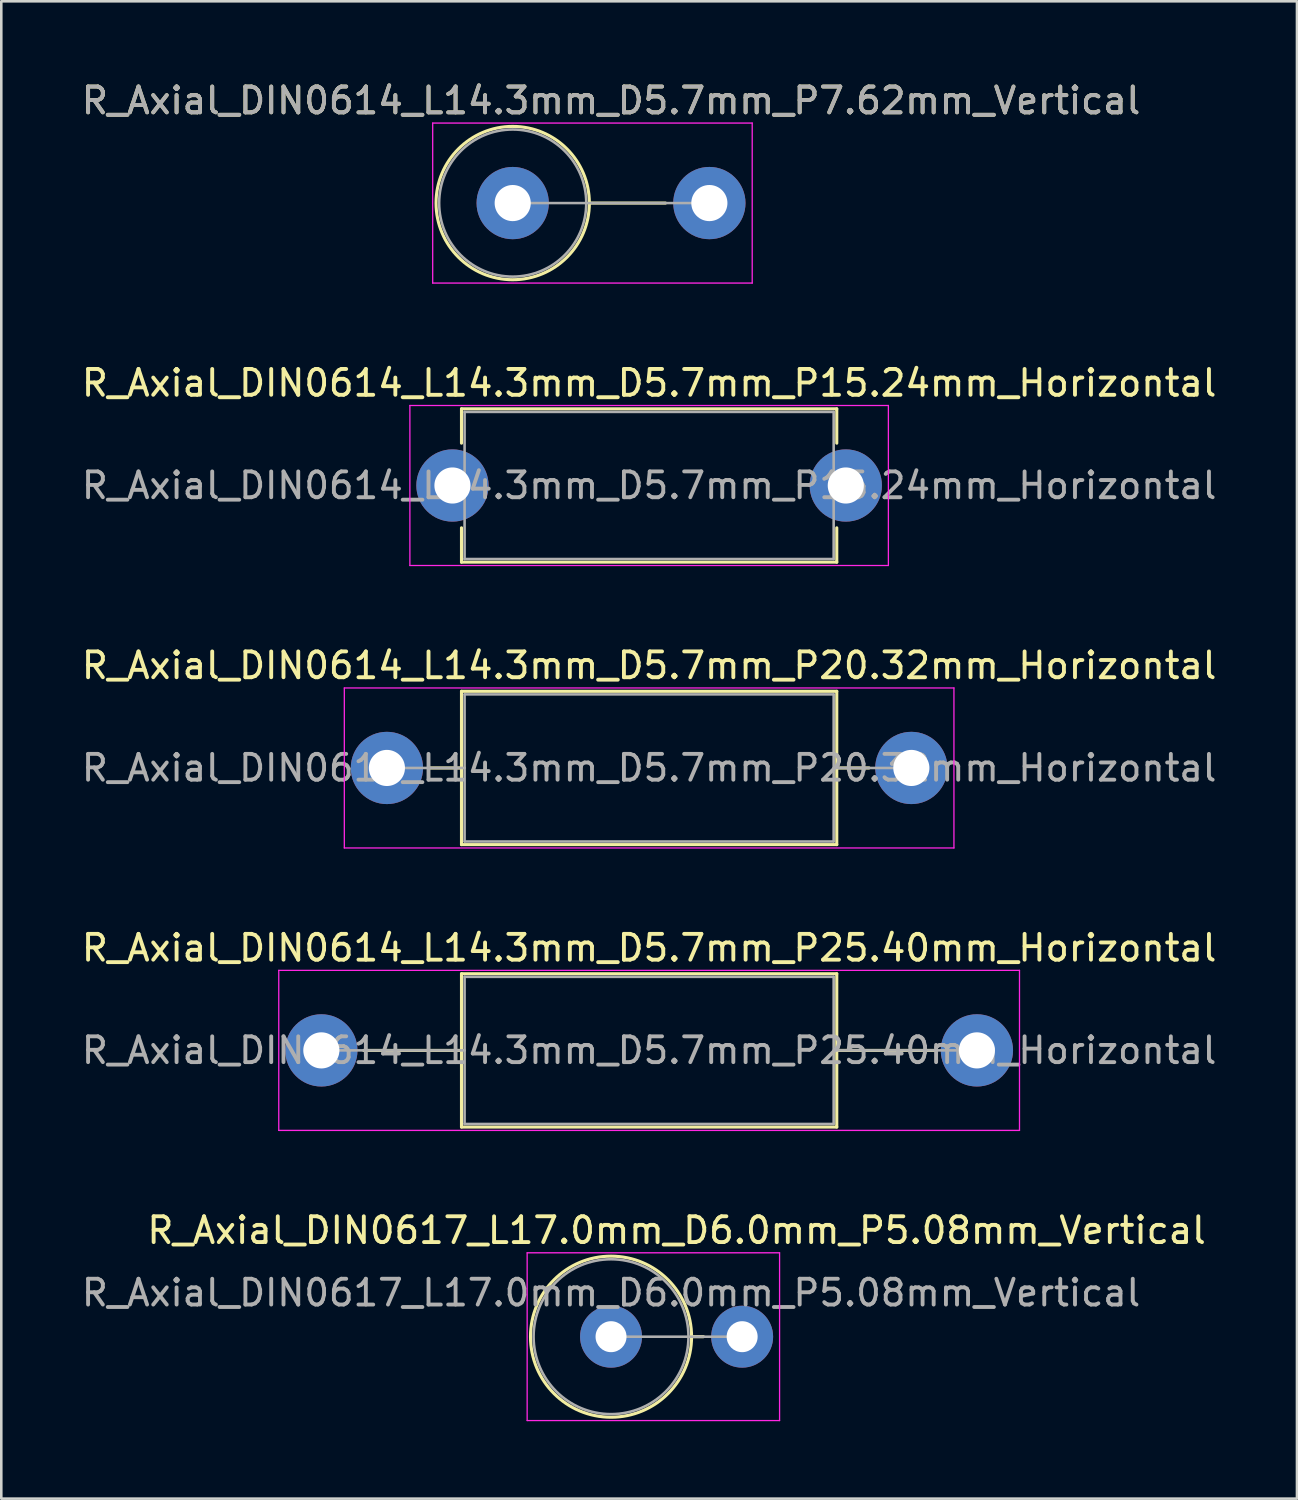
<source format=kicad_pcb>
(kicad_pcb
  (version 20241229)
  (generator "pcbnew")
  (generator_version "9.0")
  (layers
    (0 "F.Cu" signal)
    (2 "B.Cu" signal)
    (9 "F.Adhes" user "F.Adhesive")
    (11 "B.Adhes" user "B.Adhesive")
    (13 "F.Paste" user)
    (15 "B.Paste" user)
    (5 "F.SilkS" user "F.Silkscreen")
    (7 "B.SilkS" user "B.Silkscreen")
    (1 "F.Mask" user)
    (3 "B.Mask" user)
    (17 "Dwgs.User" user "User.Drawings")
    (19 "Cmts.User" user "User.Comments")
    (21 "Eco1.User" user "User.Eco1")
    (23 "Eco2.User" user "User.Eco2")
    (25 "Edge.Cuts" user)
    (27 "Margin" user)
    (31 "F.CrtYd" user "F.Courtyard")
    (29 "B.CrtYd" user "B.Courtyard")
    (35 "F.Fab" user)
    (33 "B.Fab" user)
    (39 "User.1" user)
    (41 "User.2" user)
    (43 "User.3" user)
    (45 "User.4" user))
  (footprint "R_Axial_DIN0614_L14.3mm_D5.7mm_P25.40mm_Horizontal"
    (layer "F.Cu")
    (at 9.401 37.648)
    (property "Reference" "R_Axial_DIN0614_L14.3mm_D5.7mm_P25.40mm_Horizontal" (at 12.7 -3.97 0) (layer "F.SilkS") (effects (font (size 1 1) (thickness 0.15))))
    (attr through_hole)
    (fp_line (start 1.64 0) (end 5.43 0) (stroke (width 0.12) (type solid)) (layer "F.SilkS"))
    (fp_line (start 5.43 -2.97) (end 5.43 2.97) (stroke (width 0.12) (type solid)) (layer "F.SilkS"))
    (fp_line (start 5.43 2.97) (end 19.97 2.97) (stroke (width 0.12) (type solid)) (layer "F.SilkS"))
    (fp_line (start 19.97 -2.97) (end 5.43 -2.97) (stroke (width 0.12) (type solid)) (layer "F.SilkS"))
    (fp_line (start 19.97 2.97) (end 19.97 -2.97) (stroke (width 0.12) (type solid)) (layer "F.SilkS"))
    (fp_line (start 23.76 0) (end 19.97 0) (stroke (width 0.12) (type solid)) (layer "F.SilkS"))
    (fp_line (start -1.65 -3.1) (end -1.65 3.1) (stroke (width 0.05) (type solid)) (layer "F.CrtYd"))
    (fp_line (start -1.65 3.1) (end 27.05 3.1) (stroke (width 0.05) (type solid)) (layer "F.CrtYd"))
    (fp_line (start 27.05 -3.1) (end -1.65 -3.1) (stroke (width 0.05) (type solid)) (layer "F.CrtYd"))
    (fp_line (start 27.05 3.1) (end 27.05 -3.1) (stroke (width 0.05) (type solid)) (layer "F.CrtYd"))
    (fp_line (start 0 0) (end 5.55 0) (stroke (width 0.1) (type solid)) (layer "F.Fab"))
    (fp_line (start 5.55 -2.85) (end 5.55 2.85) (stroke (width 0.1) (type solid)) (layer "F.Fab"))
    (fp_line (start 5.55 2.85) (end 19.85 2.85) (stroke (width 0.1) (type solid)) (layer "F.Fab"))
    (fp_line (start 19.85 -2.85) (end 5.55 -2.85) (stroke (width 0.1) (type solid)) (layer "F.Fab"))
    (fp_line (start 19.85 2.85) (end 19.85 -2.85) (stroke (width 0.1) (type solid)) (layer "F.Fab"))
    (fp_line (start 25.4 0) (end 19.85 0) (stroke (width 0.1) (type solid)) (layer "F.Fab"))
    (fp_text user "${REFERENCE}" (at 12.7 0 0) (layer "F.Fab") (effects (font (size 1 1) (thickness 0.15))))
    (pad "1" thru_hole circle (at 0 0) (size 2.8 2.8) (drill 1.4) (layers "*.Cu" "*.Mask"))
    (pad "2" thru_hole oval (at 25.4 0) (size 2.8 2.8) (drill 1.4) (layers "*.Cu" "*.Mask")))
  (footprint "R_Axial_DIN0617_L17.0mm_D6.0mm_P5.08mm_Vertical"
    (layer "F.Cu")
    (at 20.625 48.741)
    (property "Reference" "R_Axial_DIN0617_L17.0mm_D6.0mm_P5.08mm_Vertical" (at 2.54 -4.12 0) (layer "F.SilkS") (effects (font (size 1 1) (thickness 0.15))))
    (attr through_hole)
    (fp_line (start 3.12 0) (end 3.58 0) (stroke (width 0.12) (type solid)) (layer "F.SilkS"))
    (fp_circle (center 0 0) (end 3.12 0) (stroke (width 0.12) (type solid)) (fill no) (layer "F.SilkS"))
    (fp_line (start -3.25 -3.25) (end -3.25 3.25) (stroke (width 0.05) (type solid)) (layer "F.CrtYd"))
    (fp_line (start -3.25 3.25) (end 6.53 3.25) (stroke (width 0.05) (type solid)) (layer "F.CrtYd"))
    (fp_line (start 6.53 -3.25) (end -3.25 -3.25) (stroke (width 0.05) (type solid)) (layer "F.CrtYd"))
    (fp_line (start 6.53 3.25) (end 6.53 -3.25) (stroke (width 0.05) (type solid)) (layer "F.CrtYd"))
    (fp_line (start 0 0) (end 5.08 0) (stroke (width 0.1) (type solid)) (layer "F.Fab"))
    (fp_circle (center 0 0) (end 3 0) (stroke (width 0.1) (type solid)) (fill no) (layer "F.Fab"))
    (fp_text user "${REFERENCE}" (at 0 -1.7 0) (layer "F.Fab") (effects (font (size 1 1) (thickness 0.15))))
    (pad "1" thru_hole circle (at 0 0) (size 2.4 2.4) (drill 1.2) (layers "*.Cu" "*.Mask"))
    (pad "2" thru_hole oval (at 5.08 0) (size 2.4 2.4) (drill 1.2) (layers "*.Cu" "*.Mask")))
  (footprint "R_Axial_DIN0614_L14.3mm_D5.7mm_P7.62mm_Vertical"
    (layer "F.Cu")
    (at 16.815 4.818)
    (property "Reference" "R_Axial_DIN0614_L14.3mm_D5.7mm_P7.62mm_Vertical" (at 3.81 -3.97 0) (layer "F.SilkS") (effects (font (size 1 1) (thickness 0.15))))
    (attr through_hole)
    (fp_line (start 2.97 0) (end 5.92 0) (stroke (width 0.12) (type solid)) (layer "F.SilkS"))
    (fp_circle (center 0 0) (end 2.97 0) (stroke (width 0.12) (type solid)) (fill no) (layer "F.SilkS"))
    (fp_line (start -3.1 -3.1) (end -3.1 3.1) (stroke (width 0.05) (type solid)) (layer "F.CrtYd"))
    (fp_line (start -3.1 3.1) (end 9.28 3.1) (stroke (width 0.05) (type solid)) (layer "F.CrtYd"))
    (fp_line (start 9.28 -3.1) (end -3.1 -3.1) (stroke (width 0.05) (type solid)) (layer "F.CrtYd"))
    (fp_line (start 9.28 3.1) (end 9.28 -3.1) (stroke (width 0.05) (type solid)) (layer "F.CrtYd"))
    (fp_line (start 0 0) (end 7.62 0) (stroke (width 0.1) (type solid)) (layer "F.Fab"))
    (fp_circle (center 0 0) (end 2.85 0) (stroke (width 0.1) (type solid)) (fill no) (layer "F.Fab"))
    (fp_text user "${REFERENCE}" (at 3.81 -3.97 0) (layer "F.Fab") (effects (font (size 1 1) (thickness 0.15))))
    (pad "1" thru_hole circle (at 0 0) (size 2.8 2.8) (drill 1.4) (layers "*.Cu" "*.Mask"))
    (pad "2" thru_hole oval (at 7.62 0) (size 2.8 2.8) (drill 1.4) (layers "*.Cu" "*.Mask")))
  (footprint "R_Axial_DIN0614_L14.3mm_D5.7mm_P20.32mm_Horizontal"
    (layer "F.Cu")
    (at 11.941 26.705)
    (property "Reference" "R_Axial_DIN0614_L14.3mm_D5.7mm_P20.32mm_Horizontal" (at 10.16 -3.97 0) (layer "F.SilkS") (effects (font (size 1 1) (thickness 0.15))))
    (attr through_hole)
    (fp_line (start 1.64 0) (end 2.89 0) (stroke (width 0.12) (type solid)) (layer "F.SilkS"))
    (fp_line (start 2.89 -2.97) (end 2.89 2.97) (stroke (width 0.12) (type solid)) (layer "F.SilkS"))
    (fp_line (start 2.89 2.97) (end 17.43 2.97) (stroke (width 0.12) (type solid)) (layer "F.SilkS"))
    (fp_line (start 17.43 -2.97) (end 2.89 -2.97) (stroke (width 0.12) (type solid)) (layer "F.SilkS"))
    (fp_line (start 17.43 2.97) (end 17.43 -2.97) (stroke (width 0.12) (type solid)) (layer "F.SilkS"))
    (fp_line (start 18.68 0) (end 17.43 0) (stroke (width 0.12) (type solid)) (layer "F.SilkS"))
    (fp_line (start -1.65 -3.1) (end -1.65 3.1) (stroke (width 0.05) (type solid)) (layer "F.CrtYd"))
    (fp_line (start -1.65 3.1) (end 21.97 3.1) (stroke (width 0.05) (type solid)) (layer "F.CrtYd"))
    (fp_line (start 21.97 -3.1) (end -1.65 -3.1) (stroke (width 0.05) (type solid)) (layer "F.CrtYd"))
    (fp_line (start 21.97 3.1) (end 21.97 -3.1) (stroke (width 0.05) (type solid)) (layer "F.CrtYd"))
    (fp_line (start 0 0) (end 3.01 0) (stroke (width 0.1) (type solid)) (layer "F.Fab"))
    (fp_line (start 3.01 -2.85) (end 3.01 2.85) (stroke (width 0.1) (type solid)) (layer "F.Fab"))
    (fp_line (start 3.01 2.85) (end 17.31 2.85) (stroke (width 0.1) (type solid)) (layer "F.Fab"))
    (fp_line (start 17.31 -2.85) (end 3.01 -2.85) (stroke (width 0.1) (type solid)) (layer "F.Fab"))
    (fp_line (start 17.31 2.85) (end 17.31 -2.85) (stroke (width 0.1) (type solid)) (layer "F.Fab"))
    (fp_line (start 20.32 0) (end 17.31 0) (stroke (width 0.1) (type solid)) (layer "F.Fab"))
    (fp_text user "${REFERENCE}" (at 10.16 0 0) (layer "F.Fab") (effects (font (size 1 1) (thickness 0.15))))
    (pad "1" thru_hole circle (at 0 0) (size 2.8 2.8) (drill 1.4) (layers "*.Cu" "*.Mask"))
    (pad "2" thru_hole oval (at 20.32 0) (size 2.8 2.8) (drill 1.4) (layers "*.Cu" "*.Mask")))
  (footprint "R_Axial_DIN0614_L14.3mm_D5.7mm_P15.24mm_Horizontal"
    (layer "F.Cu")
    (at 14.481 15.761)
    (property "Reference" "R_Axial_DIN0614_L14.3mm_D5.7mm_P15.24mm_Horizontal" (at 7.62 -3.97 0) (layer "F.SilkS") (effects (font (size 1 1) (thickness 0.15))))
    (attr through_hole)
    (fp_line (start 0.35 -2.97) (end 14.89 -2.97) (stroke (width 0.12) (type solid)) (layer "F.SilkS"))
    (fp_line (start 0.35 -1.64) (end 0.35 -2.97) (stroke (width 0.12) (type solid)) (layer "F.SilkS"))
    (fp_line (start 0.35 1.64) (end 0.35 2.97) (stroke (width 0.12) (type solid)) (layer "F.SilkS"))
    (fp_line (start 0.35 2.97) (end 14.89 2.97) (stroke (width 0.12) (type solid)) (layer "F.SilkS"))
    (fp_line (start 14.89 -2.97) (end 14.89 -1.64) (stroke (width 0.12) (type solid)) (layer "F.SilkS"))
    (fp_line (start 14.89 2.97) (end 14.89 1.64) (stroke (width 0.12) (type solid)) (layer "F.SilkS"))
    (fp_line (start -1.65 -3.1) (end -1.65 3.1) (stroke (width 0.05) (type solid)) (layer "F.CrtYd"))
    (fp_line (start -1.65 3.1) (end 16.89 3.1) (stroke (width 0.05) (type solid)) (layer "F.CrtYd"))
    (fp_line (start 16.89 -3.1) (end -1.65 -3.1) (stroke (width 0.05) (type solid)) (layer "F.CrtYd"))
    (fp_line (start 16.89 3.1) (end 16.89 -3.1) (stroke (width 0.05) (type solid)) (layer "F.CrtYd"))
    (fp_line (start 0 0) (end 0.47 0) (stroke (width 0.1) (type solid)) (layer "F.Fab"))
    (fp_line (start 0.47 -2.85) (end 0.47 2.85) (stroke (width 0.1) (type solid)) (layer "F.Fab"))
    (fp_line (start 0.47 2.85) (end 14.77 2.85) (stroke (width 0.1) (type solid)) (layer "F.Fab"))
    (fp_line (start 14.77 -2.85) (end 0.47 -2.85) (stroke (width 0.1) (type solid)) (layer "F.Fab"))
    (fp_line (start 14.77 2.85) (end 14.77 -2.85) (stroke (width 0.1) (type solid)) (layer "F.Fab"))
    (fp_line (start 15.24 0) (end 14.77 0) (stroke (width 0.1) (type solid)) (layer "F.Fab"))
    (fp_text user "${REFERENCE}" (at 7.62 0 0) (layer "F.Fab") (effects (font (size 1 1) (thickness 0.15))))
    (pad "1" thru_hole circle (at 0 0) (size 2.8 2.8) (drill 1.4) (layers "*.Cu" "*.Mask"))
    (pad "2" thru_hole oval (at 15.24 0) (size 2.8 2.8) (drill 1.4) (layers "*.Cu" "*.Mask")))
  (gr_rect
    (start -3 -3)
    (end 47.202 55.016)
    (stroke (width 0.1) (type default))
    (fill no)
    (layer "Edge.Cuts")))
</source>
